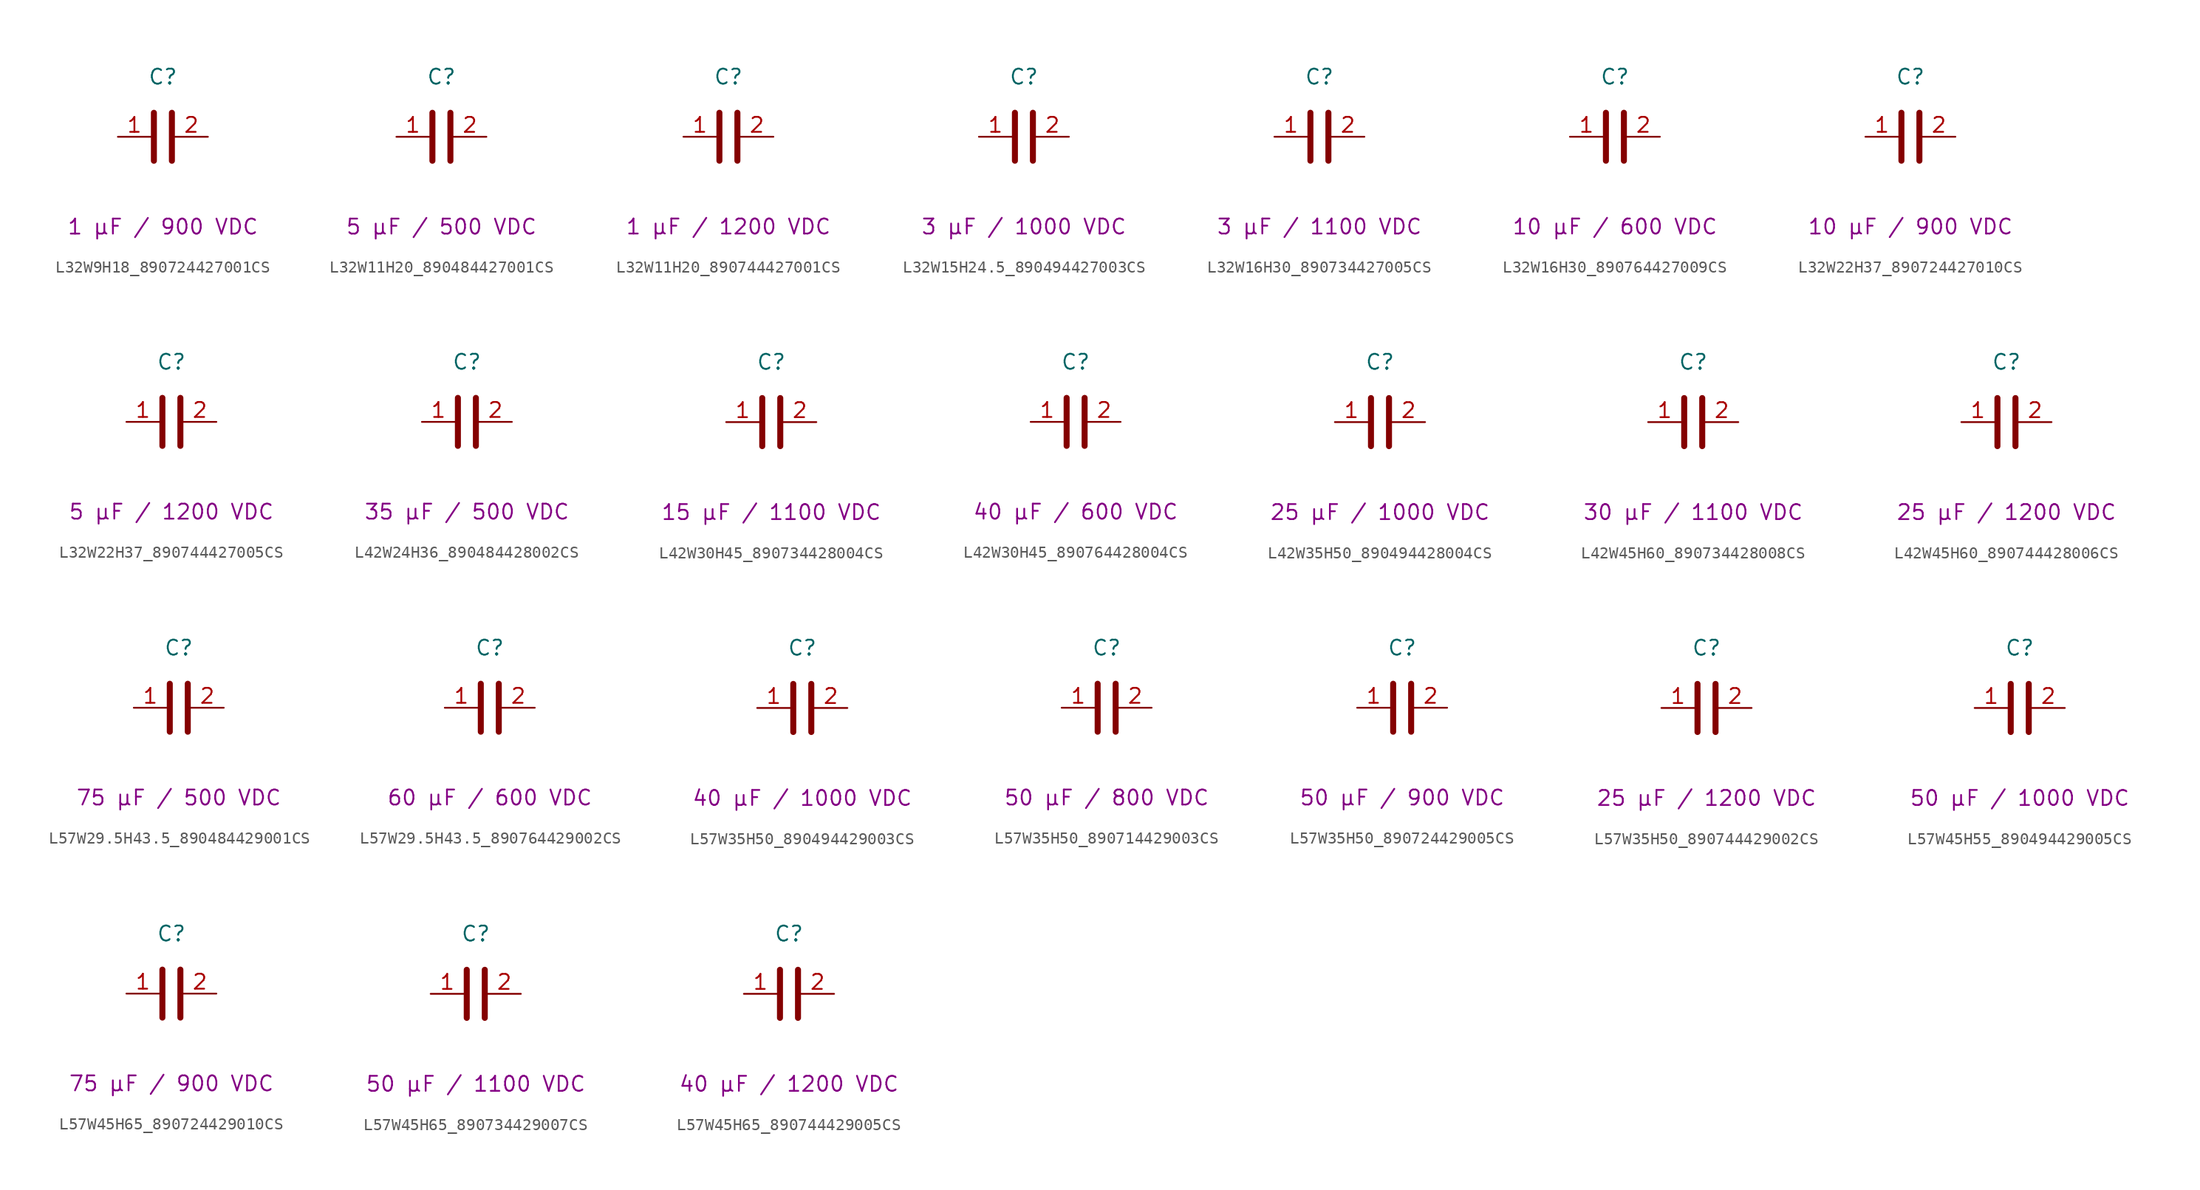
<source format=kicad_sym>
(kicad_symbol_lib
  (version 20220914)
  (generator kicad_symbol_editor)
  (symbol "L32W9H18_890724427001CS"
    (pin_names hide)
    (property "Reference" "C"
      (at 0 5.08 0)
      (effects (font (size 1.27 1.27))))
    (property "Critical Parameter" "1 µF / 900 VDC"
      (at 0 -7.62 0)
      (effects (font (size 1.27 1.27))))
    (symbol "L32W9H18_890724427001CS_0_1"
      (polyline (pts (xy -0.762 -2.032) (xy -0.762 2.032)) (stroke (width 0.508) (type default)) (fill (type none)))
      (polyline (pts (xy 0.762 -2.032) (xy 0.762 2.032)) (stroke (width 0.508) (type default)) (fill (type none))))
    (symbol "L32W9H18_890724427001CS_1_1"
      (pin passive line (at -3.81 0 0) (length 2.794) (name "1" (effects (font (size 1.27 1.27)))) (number "1" (effects (font (size 1.27 1.27)))))
      (pin passive line (at 3.81 0 180) (length 2.794) (name "2" (effects (font (size 1.27 1.27)))) (number "2" (effects (font (size 1.27 1.27)))))))
  (symbol "L32W11H20_890484427001CS"
    (pin_names hide)
    (property "Reference" "C"
      (at 0 5.08 0)
      (effects (font (size 1.27 1.27))))
    (property "Critical Parameter" "5 µF / 500 VDC"
      (at 0 -7.62 0)
      (effects (font (size 1.27 1.27))))
    (symbol "L32W11H20_890484427001CS_0_1"
      (polyline (pts (xy -0.762 -2.032) (xy -0.762 2.032)) (stroke (width 0.508) (type default)) (fill (type none)))
      (polyline (pts (xy 0.762 -2.032) (xy 0.762 2.032)) (stroke (width 0.508) (type default)) (fill (type none))))
    (symbol "L32W11H20_890484427001CS_1_1"
      (pin passive line (at -3.81 0 0) (length 2.794) (name "1" (effects (font (size 1.27 1.27)))) (number "1" (effects (font (size 1.27 1.27)))))
      (pin passive line (at 3.81 0 180) (length 2.794) (name "2" (effects (font (size 1.27 1.27)))) (number "2" (effects (font (size 1.27 1.27)))))))
  (symbol "L32W11H20_890744427001CS"
    (pin_names hide)
    (property "Reference" "C"
      (at 0 5.08 0)
      (effects (font (size 1.27 1.27))))
    (property "Critical Parameter" "1 µF / 1200 VDC"
      (at 0 -7.62 0)
      (effects (font (size 1.27 1.27))))
    (symbol "L32W11H20_890744427001CS_0_1"
      (polyline (pts (xy -0.762 -2.032) (xy -0.762 2.032)) (stroke (width 0.508) (type default)) (fill (type none)))
      (polyline (pts (xy 0.762 -2.032) (xy 0.762 2.032)) (stroke (width 0.508) (type default)) (fill (type none))))
    (symbol "L32W11H20_890744427001CS_1_1"
      (pin passive line (at -3.81 0 0) (length 2.794) (name "1" (effects (font (size 1.27 1.27)))) (number "1" (effects (font (size 1.27 1.27)))))
      (pin passive line (at 3.81 0 180) (length 2.794) (name "2" (effects (font (size 1.27 1.27)))) (number "2" (effects (font (size 1.27 1.27)))))))
  (symbol "L32W15H24.5_890494427003CS"
    (pin_names hide)
    (property "Reference" "C"
      (at 0 5.08 0)
      (effects (font (size 1.27 1.27))))
    (property "Critical Parameter" "3 µF / 1000 VDC"
      (at 0 -7.62 0)
      (effects (font (size 1.27 1.27))))
    (symbol "L32W15H24.5_890494427003CS_0_1"
      (polyline (pts (xy -0.762 -2.032) (xy -0.762 2.032)) (stroke (width 0.508) (type default)) (fill (type none)))
      (polyline (pts (xy 0.762 -2.032) (xy 0.762 2.032)) (stroke (width 0.508) (type default)) (fill (type none))))
    (symbol "L32W15H24.5_890494427003CS_1_1"
      (pin passive line (at -3.81 0 0) (length 2.794) (name "1" (effects (font (size 1.27 1.27)))) (number "1" (effects (font (size 1.27 1.27)))))
      (pin passive line (at 3.81 0 180) (length 2.794) (name "2" (effects (font (size 1.27 1.27)))) (number "2" (effects (font (size 1.27 1.27)))))))
  (symbol "L32W16H30_890734427005CS"
    (pin_names hide)
    (property "Reference" "C"
      (at 0 5.08 0)
      (effects (font (size 1.27 1.27))))
    (property "Critical Parameter" "3 µF / 1100 VDC"
      (at 0 -7.62 0)
      (effects (font (size 1.27 1.27))))
    (symbol "L32W16H30_890734427005CS_0_1"
      (polyline (pts (xy -0.762 -2.032) (xy -0.762 2.032)) (stroke (width 0.508) (type default)) (fill (type none)))
      (polyline (pts (xy 0.762 -2.032) (xy 0.762 2.032)) (stroke (width 0.508) (type default)) (fill (type none))))
    (symbol "L32W16H30_890734427005CS_1_1"
      (pin passive line (at -3.81 0 0) (length 2.794) (name "1" (effects (font (size 1.27 1.27)))) (number "1" (effects (font (size 1.27 1.27)))))
      (pin passive line (at 3.81 0 180) (length 2.794) (name "2" (effects (font (size 1.27 1.27)))) (number "2" (effects (font (size 1.27 1.27)))))))
  (symbol "L32W16H30_890764427009CS"
    (pin_names hide)
    (property "Reference" "C"
      (at 0 5.08 0)
      (effects (font (size 1.27 1.27))))
    (property "Critical Parameter" "10 µF / 600 VDC"
      (at 0 -7.62 0)
      (effects (font (size 1.27 1.27))))
    (symbol "L32W16H30_890764427009CS_0_1"
      (polyline (pts (xy -0.762 -2.032) (xy -0.762 2.032)) (stroke (width 0.508) (type default)) (fill (type none)))
      (polyline (pts (xy 0.762 -2.032) (xy 0.762 2.032)) (stroke (width 0.508) (type default)) (fill (type none))))
    (symbol "L32W16H30_890764427009CS_1_1"
      (pin passive line (at -3.81 0 0) (length 2.794) (name "1" (effects (font (size 1.27 1.27)))) (number "1" (effects (font (size 1.27 1.27)))))
      (pin passive line (at 3.81 0 180) (length 2.794) (name "2" (effects (font (size 1.27 1.27)))) (number "2" (effects (font (size 1.27 1.27)))))))
  (symbol "L32W22H37_890724427010CS"
    (pin_names hide)
    (property "Reference" "C"
      (at 0 5.08 0)
      (effects (font (size 1.27 1.27))))
    (property "Critical Parameter" "10 µF / 900 VDC"
      (at 0 -7.62 0)
      (effects (font (size 1.27 1.27))))
    (symbol "L32W22H37_890724427010CS_0_1"
      (polyline (pts (xy -0.762 -2.032) (xy -0.762 2.032)) (stroke (width 0.508) (type default)) (fill (type none)))
      (polyline (pts (xy 0.762 -2.032) (xy 0.762 2.032)) (stroke (width 0.508) (type default)) (fill (type none))))
    (symbol "L32W22H37_890724427010CS_1_1"
      (pin passive line (at -3.81 0 0) (length 2.794) (name "1" (effects (font (size 1.27 1.27)))) (number "1" (effects (font (size 1.27 1.27)))))
      (pin passive line (at 3.81 0 180) (length 2.794) (name "2" (effects (font (size 1.27 1.27)))) (number "2" (effects (font (size 1.27 1.27)))))))
  (symbol "L32W22H37_890744427005CS"
    (pin_names hide)
    (property "Reference" "C"
      (at 0 5.08 0)
      (effects (font (size 1.27 1.27))))
    (property "Critical Parameter" "5 µF / 1200 VDC"
      (at 0 -7.62 0)
      (effects (font (size 1.27 1.27))))
    (symbol "L32W22H37_890744427005CS_0_1"
      (polyline (pts (xy -0.762 -2.032) (xy -0.762 2.032)) (stroke (width 0.508) (type default)) (fill (type none)))
      (polyline (pts (xy 0.762 -2.032) (xy 0.762 2.032)) (stroke (width 0.508) (type default)) (fill (type none))))
    (symbol "L32W22H37_890744427005CS_1_1"
      (pin passive line (at -3.81 0 0) (length 2.794) (name "1" (effects (font (size 1.27 1.27)))) (number "1" (effects (font (size 1.27 1.27)))))
      (pin passive line (at 3.81 0 180) (length 2.794) (name "2" (effects (font (size 1.27 1.27)))) (number "2" (effects (font (size 1.27 1.27)))))))
  (symbol "L42W24H36_890484428002CS"
    (pin_names hide)
    (property "Reference" "C"
      (at 0 5.08 0)
      (effects (font (size 1.27 1.27))))
    (property "Critical Parameter" "35 µF / 500 VDC"
      (at 0 -7.62 0)
      (effects (font (size 1.27 1.27))))
    (symbol "L42W24H36_890484428002CS_0_1"
      (polyline (pts (xy -0.762 -2.032) (xy -0.762 2.032)) (stroke (width 0.508) (type default)) (fill (type none)))
      (polyline (pts (xy 0.762 -2.032) (xy 0.762 2.032)) (stroke (width 0.508) (type default)) (fill (type none))))
    (symbol "L42W24H36_890484428002CS_1_1"
      (pin passive line (at -3.81 0 0) (length 2.794) (name "1" (effects (font (size 1.27 1.27)))) (number "1" (effects (font (size 1.27 1.27)))))
      (pin passive line (at 3.81 0 180) (length 2.794) (name "2" (effects (font (size 1.27 1.27)))) (number "2" (effects (font (size 1.27 1.27)))))))
  (symbol "L42W30H45_890734428004CS"
    (pin_names hide)
    (property "Reference" "C"
      (at 0 5.08 0)
      (effects (font (size 1.27 1.27))))
    (property "Critical Parameter" "15 µF / 1100 VDC"
      (at 0 -7.62 0)
      (effects (font (size 1.27 1.27))))
    (symbol "L42W30H45_890734428004CS_0_1"
      (polyline (pts (xy -0.762 -2.032) (xy -0.762 2.032)) (stroke (width 0.508) (type default)) (fill (type none)))
      (polyline (pts (xy 0.762 -2.032) (xy 0.762 2.032)) (stroke (width 0.508) (type default)) (fill (type none))))
    (symbol "L42W30H45_890734428004CS_1_1"
      (pin passive line (at -3.81 0 0) (length 2.794) (name "1" (effects (font (size 1.27 1.27)))) (number "1" (effects (font (size 1.27 1.27)))))
      (pin passive line (at 3.81 0 180) (length 2.794) (name "2" (effects (font (size 1.27 1.27)))) (number "2" (effects (font (size 1.27 1.27)))))))
  (symbol "L42W30H45_890764428004CS"
    (pin_names hide)
    (property "Reference" "C"
      (at 0 5.08 0)
      (effects (font (size 1.27 1.27))))
    (property "Critical Parameter" "40 µF / 600 VDC"
      (at 0 -7.62 0)
      (effects (font (size 1.27 1.27))))
    (symbol "L42W30H45_890764428004CS_0_1"
      (polyline (pts (xy -0.762 -2.032) (xy -0.762 2.032)) (stroke (width 0.508) (type default)) (fill (type none)))
      (polyline (pts (xy 0.762 -2.032) (xy 0.762 2.032)) (stroke (width 0.508) (type default)) (fill (type none))))
    (symbol "L42W30H45_890764428004CS_1_1"
      (pin passive line (at -3.81 0 0) (length 2.794) (name "1" (effects (font (size 1.27 1.27)))) (number "1" (effects (font (size 1.27 1.27)))))
      (pin passive line (at 3.81 0 180) (length 2.794) (name "2" (effects (font (size 1.27 1.27)))) (number "2" (effects (font (size 1.27 1.27)))))))
  (symbol "L42W35H50_890494428004CS"
    (pin_names hide)
    (property "Reference" "C"
      (at 0 5.08 0)
      (effects (font (size 1.27 1.27))))
    (property "Critical Parameter" "25 µF / 1000 VDC"
      (at 0 -7.62 0)
      (effects (font (size 1.27 1.27))))
    (symbol "L42W35H50_890494428004CS_0_1"
      (polyline (pts (xy -0.762 -2.032) (xy -0.762 2.032)) (stroke (width 0.508) (type default)) (fill (type none)))
      (polyline (pts (xy 0.762 -2.032) (xy 0.762 2.032)) (stroke (width 0.508) (type default)) (fill (type none))))
    (symbol "L42W35H50_890494428004CS_1_1"
      (pin passive line (at -3.81 0 0) (length 2.794) (name "1" (effects (font (size 1.27 1.27)))) (number "1" (effects (font (size 1.27 1.27)))))
      (pin passive line (at 3.81 0 180) (length 2.794) (name "2" (effects (font (size 1.27 1.27)))) (number "2" (effects (font (size 1.27 1.27)))))))
  (symbol "L42W45H60_890734428008CS"
    (pin_names hide)
    (property "Reference" "C"
      (at 0 5.08 0)
      (effects (font (size 1.27 1.27))))
    (property "Critical Parameter" "30 µF / 1100 VDC"
      (at 0 -7.62 0)
      (effects (font (size 1.27 1.27))))
    (symbol "L42W45H60_890734428008CS_0_1"
      (polyline (pts (xy -0.762 -2.032) (xy -0.762 2.032)) (stroke (width 0.508) (type default)) (fill (type none)))
      (polyline (pts (xy 0.762 -2.032) (xy 0.762 2.032)) (stroke (width 0.508) (type default)) (fill (type none))))
    (symbol "L42W45H60_890734428008CS_1_1"
      (pin passive line (at -3.81 0 0) (length 2.794) (name "1" (effects (font (size 1.27 1.27)))) (number "1" (effects (font (size 1.27 1.27)))))
      (pin passive line (at 3.81 0 180) (length 2.794) (name "2" (effects (font (size 1.27 1.27)))) (number "2" (effects (font (size 1.27 1.27)))))))
  (symbol "L42W45H60_890744428006CS"
    (pin_names hide)
    (property "Reference" "C"
      (at 0 5.08 0)
      (effects (font (size 1.27 1.27))))
    (property "Critical Parameter" "25 µF / 1200 VDC"
      (at 0 -7.62 0)
      (effects (font (size 1.27 1.27))))
    (symbol "L42W45H60_890744428006CS_0_1"
      (polyline (pts (xy -0.762 -2.032) (xy -0.762 2.032)) (stroke (width 0.508) (type default)) (fill (type none)))
      (polyline (pts (xy 0.762 -2.032) (xy 0.762 2.032)) (stroke (width 0.508) (type default)) (fill (type none))))
    (symbol "L42W45H60_890744428006CS_1_1"
      (pin passive line (at -3.81 0 0) (length 2.794) (name "1" (effects (font (size 1.27 1.27)))) (number "1" (effects (font (size 1.27 1.27)))))
      (pin passive line (at 3.81 0 180) (length 2.794) (name "2" (effects (font (size 1.27 1.27)))) (number "2" (effects (font (size 1.27 1.27)))))))
  (symbol "L57W29.5H43.5_890484429001CS"
    (pin_names hide)
    (property "Reference" "C"
      (at 0 5.08 0)
      (effects (font (size 1.27 1.27))))
    (property "Critical Parameter" "75 µF / 500 VDC"
      (at 0 -7.62 0)
      (effects (font (size 1.27 1.27))))
    (symbol "L57W29.5H43.5_890484429001CS_0_1"
      (polyline (pts (xy -0.762 -2.032) (xy -0.762 2.032)) (stroke (width 0.508) (type default)) (fill (type none)))
      (polyline (pts (xy 0.762 -2.032) (xy 0.762 2.032)) (stroke (width 0.508) (type default)) (fill (type none))))
    (symbol "L57W29.5H43.5_890484429001CS_1_1"
      (pin passive line (at -3.81 0 0) (length 2.794) (name "1" (effects (font (size 1.27 1.27)))) (number "1" (effects (font (size 1.27 1.27)))))
      (pin passive line (at 3.81 0 180) (length 2.794) (name "2" (effects (font (size 1.27 1.27)))) (number "2" (effects (font (size 1.27 1.27)))))))
  (symbol "L57W29.5H43.5_890764429002CS"
    (pin_names hide)
    (property "Reference" "C"
      (at 0 5.08 0)
      (effects (font (size 1.27 1.27))))
    (property "Critical Parameter" "60 µF / 600 VDC"
      (at 0 -7.62 0)
      (effects (font (size 1.27 1.27))))
    (symbol "L57W29.5H43.5_890764429002CS_0_1"
      (polyline (pts (xy -0.762 -2.032) (xy -0.762 2.032)) (stroke (width 0.508) (type default)) (fill (type none)))
      (polyline (pts (xy 0.762 -2.032) (xy 0.762 2.032)) (stroke (width 0.508) (type default)) (fill (type none))))
    (symbol "L57W29.5H43.5_890764429002CS_1_1"
      (pin passive line (at -3.81 0 0) (length 2.794) (name "1" (effects (font (size 1.27 1.27)))) (number "1" (effects (font (size 1.27 1.27)))))
      (pin passive line (at 3.81 0 180) (length 2.794) (name "2" (effects (font (size 1.27 1.27)))) (number "2" (effects (font (size 1.27 1.27)))))))
  (symbol "L57W35H50_890494429003CS"
    (pin_names hide)
    (property "Reference" "C"
      (at 0 5.08 0)
      (effects (font (size 1.27 1.27))))
    (property "Critical Parameter" "40 µF / 1000 VDC"
      (at 0 -7.62 0)
      (effects (font (size 1.27 1.27))))
    (symbol "L57W35H50_890494429003CS_0_1"
      (polyline (pts (xy -0.762 -2.032) (xy -0.762 2.032)) (stroke (width 0.508) (type default)) (fill (type none)))
      (polyline (pts (xy 0.762 -2.032) (xy 0.762 2.032)) (stroke (width 0.508) (type default)) (fill (type none))))
    (symbol "L57W35H50_890494429003CS_1_1"
      (pin passive line (at -3.81 0 0) (length 2.794) (name "1" (effects (font (size 1.27 1.27)))) (number "1" (effects (font (size 1.27 1.27)))))
      (pin passive line (at 3.81 0 180) (length 2.794) (name "2" (effects (font (size 1.27 1.27)))) (number "2" (effects (font (size 1.27 1.27)))))))
  (symbol "L57W35H50_890714429003CS"
    (pin_names hide)
    (property "Reference" "C"
      (at 0 5.08 0)
      (effects (font (size 1.27 1.27))))
    (property "Critical Parameter" "50 µF / 800 VDC"
      (at 0 -7.62 0)
      (effects (font (size 1.27 1.27))))
    (symbol "L57W35H50_890714429003CS_0_1"
      (polyline (pts (xy -0.762 -2.032) (xy -0.762 2.032)) (stroke (width 0.508) (type default)) (fill (type none)))
      (polyline (pts (xy 0.762 -2.032) (xy 0.762 2.032)) (stroke (width 0.508) (type default)) (fill (type none))))
    (symbol "L57W35H50_890714429003CS_1_1"
      (pin passive line (at -3.81 0 0) (length 2.794) (name "1" (effects (font (size 1.27 1.27)))) (number "1" (effects (font (size 1.27 1.27)))))
      (pin passive line (at 3.81 0 180) (length 2.794) (name "2" (effects (font (size 1.27 1.27)))) (number "2" (effects (font (size 1.27 1.27)))))))
  (symbol "L57W35H50_890724429005CS"
    (pin_names hide)
    (property "Reference" "C"
      (at 0 5.08 0)
      (effects (font (size 1.27 1.27))))
    (property "Critical Parameter" "50 µF / 900 VDC"
      (at 0 -7.62 0)
      (effects (font (size 1.27 1.27))))
    (symbol "L57W35H50_890724429005CS_0_1"
      (polyline (pts (xy -0.762 -2.032) (xy -0.762 2.032)) (stroke (width 0.508) (type default)) (fill (type none)))
      (polyline (pts (xy 0.762 -2.032) (xy 0.762 2.032)) (stroke (width 0.508) (type default)) (fill (type none))))
    (symbol "L57W35H50_890724429005CS_1_1"
      (pin passive line (at -3.81 0 0) (length 2.794) (name "1" (effects (font (size 1.27 1.27)))) (number "1" (effects (font (size 1.27 1.27)))))
      (pin passive line (at 3.81 0 180) (length 2.794) (name "2" (effects (font (size 1.27 1.27)))) (number "2" (effects (font (size 1.27 1.27)))))))
  (symbol "L57W35H50_890744429002CS"
    (pin_names hide)
    (property "Reference" "C"
      (at 0 5.08 0)
      (effects (font (size 1.27 1.27))))
    (property "Critical Parameter" "25 µF / 1200 VDC"
      (at 0 -7.62 0)
      (effects (font (size 1.27 1.27))))
    (symbol "L57W35H50_890744429002CS_0_1"
      (polyline (pts (xy -0.762 -2.032) (xy -0.762 2.032)) (stroke (width 0.508) (type default)) (fill (type none)))
      (polyline (pts (xy 0.762 -2.032) (xy 0.762 2.032)) (stroke (width 0.508) (type default)) (fill (type none))))
    (symbol "L57W35H50_890744429002CS_1_1"
      (pin passive line (at -3.81 0 0) (length 2.794) (name "1" (effects (font (size 1.27 1.27)))) (number "1" (effects (font (size 1.27 1.27)))))
      (pin passive line (at 3.81 0 180) (length 2.794) (name "2" (effects (font (size 1.27 1.27)))) (number "2" (effects (font (size 1.27 1.27)))))))
  (symbol "L57W45H55_890494429005CS"
    (pin_names hide)
    (property "Reference" "C"
      (at 0 5.08 0)
      (effects (font (size 1.27 1.27))))
    (property "Critical Parameter" "50 µF / 1000 VDC"
      (at 0 -7.62 0)
      (effects (font (size 1.27 1.27))))
    (symbol "L57W45H55_890494429005CS_0_1"
      (polyline (pts (xy -0.762 -2.032) (xy -0.762 2.032)) (stroke (width 0.508) (type default)) (fill (type none)))
      (polyline (pts (xy 0.762 -2.032) (xy 0.762 2.032)) (stroke (width 0.508) (type default)) (fill (type none))))
    (symbol "L57W45H55_890494429005CS_1_1"
      (pin passive line (at -3.81 0 0) (length 2.794) (name "1" (effects (font (size 1.27 1.27)))) (number "1" (effects (font (size 1.27 1.27)))))
      (pin passive line (at 3.81 0 180) (length 2.794) (name "2" (effects (font (size 1.27 1.27)))) (number "2" (effects (font (size 1.27 1.27)))))))
  (symbol "L57W45H65_890724429010CS"
    (pin_names hide)
    (property "Reference" "C"
      (at 0 5.08 0)
      (effects (font (size 1.27 1.27))))
    (property "Critical Parameter" "75 µF / 900 VDC"
      (at 0 -7.62 0)
      (effects (font (size 1.27 1.27))))
    (symbol "L57W45H65_890724429010CS_0_1"
      (polyline (pts (xy -0.762 -2.032) (xy -0.762 2.032)) (stroke (width 0.508) (type default)) (fill (type none)))
      (polyline (pts (xy 0.762 -2.032) (xy 0.762 2.032)) (stroke (width 0.508) (type default)) (fill (type none))))
    (symbol "L57W45H65_890724429010CS_1_1"
      (pin passive line (at -3.81 0 0) (length 2.794) (name "1" (effects (font (size 1.27 1.27)))) (number "1" (effects (font (size 1.27 1.27)))))
      (pin passive line (at 3.81 0 180) (length 2.794) (name "2" (effects (font (size 1.27 1.27)))) (number "2" (effects (font (size 1.27 1.27)))))))
  (symbol "L57W45H65_890734429007CS"
    (pin_names hide)
    (property "Reference" "C"
      (at 0 5.08 0)
      (effects (font (size 1.27 1.27))))
    (property "Critical Parameter" "50 µF / 1100 VDC"
      (at 0 -7.62 0)
      (effects (font (size 1.27 1.27))))
    (symbol "L57W45H65_890734429007CS_0_1"
      (polyline (pts (xy -0.762 -2.032) (xy -0.762 2.032)) (stroke (width 0.508) (type default)) (fill (type none)))
      (polyline (pts (xy 0.762 -2.032) (xy 0.762 2.032)) (stroke (width 0.508) (type default)) (fill (type none))))
    (symbol "L57W45H65_890734429007CS_1_1"
      (pin passive line (at -3.81 0 0) (length 2.794) (name "1" (effects (font (size 1.27 1.27)))) (number "1" (effects (font (size 1.27 1.27)))))
      (pin passive line (at 3.81 0 180) (length 2.794) (name "2" (effects (font (size 1.27 1.27)))) (number "2" (effects (font (size 1.27 1.27)))))))
  (symbol "L57W45H65_890744429005CS"
    (pin_names hide)
    (property "Reference" "C"
      (at 0 5.08 0)
      (effects (font (size 1.27 1.27))))
    (property "Critical Parameter" "40 µF / 1200 VDC"
      (at 0 -7.62 0)
      (effects (font (size 1.27 1.27))))
    (symbol "L57W45H65_890744429005CS_0_1"
      (polyline (pts (xy -0.762 -2.032) (xy -0.762 2.032)) (stroke (width 0.508) (type default)) (fill (type none)))
      (polyline (pts (xy 0.762 -2.032) (xy 0.762 2.032)) (stroke (width 0.508) (type default)) (fill (type none))))
    (symbol "L57W45H65_890744429005CS_1_1"
      (pin passive line (at -3.81 0 0) (length 2.794) (name "1" (effects (font (size 1.27 1.27)))) (number "1" (effects (font (size 1.27 1.27)))))
      (pin passive line (at 3.81 0 180) (length 2.794) (name "2" (effects (font (size 1.27 1.27)))) (number "2" (effects (font (size 1.27 1.27))))))))
</source>
